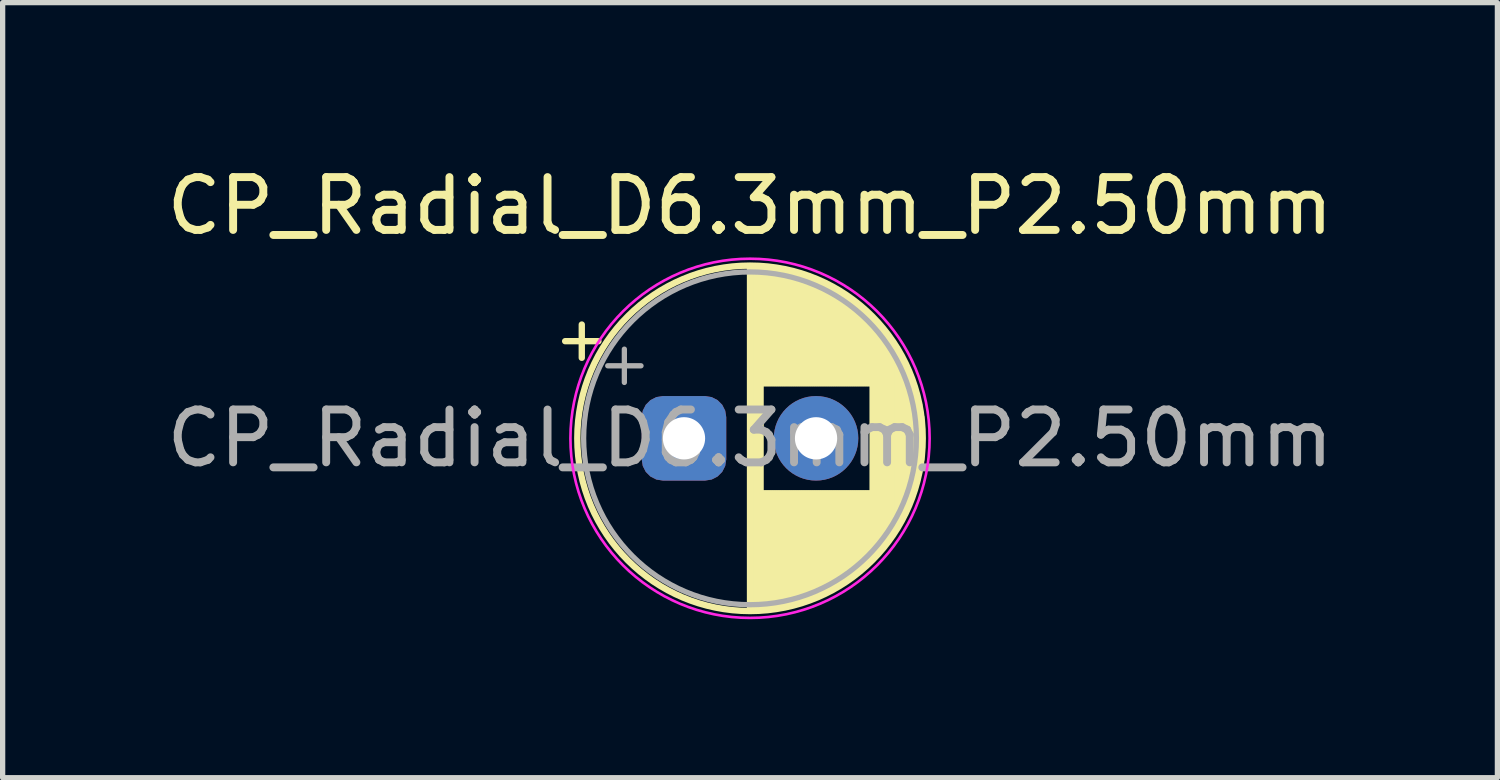
<source format=kicad_pcb>
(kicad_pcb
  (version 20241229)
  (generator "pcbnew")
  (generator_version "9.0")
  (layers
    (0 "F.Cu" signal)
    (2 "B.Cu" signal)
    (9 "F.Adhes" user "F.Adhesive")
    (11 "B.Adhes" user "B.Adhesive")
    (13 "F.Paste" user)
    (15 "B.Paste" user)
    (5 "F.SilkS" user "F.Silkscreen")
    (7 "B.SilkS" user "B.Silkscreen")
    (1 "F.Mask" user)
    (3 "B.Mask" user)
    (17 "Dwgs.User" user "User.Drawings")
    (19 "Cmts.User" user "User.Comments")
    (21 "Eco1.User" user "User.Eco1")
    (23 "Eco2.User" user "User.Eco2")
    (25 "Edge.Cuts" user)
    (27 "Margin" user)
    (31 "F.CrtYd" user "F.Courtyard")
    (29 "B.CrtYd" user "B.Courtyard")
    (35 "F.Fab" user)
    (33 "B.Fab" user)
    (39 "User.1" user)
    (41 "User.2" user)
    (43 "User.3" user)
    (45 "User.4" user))
  (footprint "CP_Radial_D6.3mm_P2.50mm"
    (layer "F.Cu")
    (at 11.149 5.248)
    (property "Reference" "CP_Radial_D6.3mm_P2.50mm" (at 0 -4.4 180) (layer "F.SilkS") (effects (font (size 1 1) (thickness 0.15))))
    (attr through_hole)
    (fp_line (start -3.5 -1.839) (end -2.87 -1.839) (stroke (width 0.12) (type solid)) (layer "F.SilkS"))
    (fp_line (start -3.185 -2.154) (end -3.185 -1.524) (stroke (width 0.12) (type solid)) (layer "F.SilkS"))
    (fp_line (start 0 -3.23) (end 0 3.23) (stroke (width 0.12) (type solid)) (layer "F.SilkS"))
    (fp_line (start 0.04 -3.23) (end 0.04 3.23) (stroke (width 0.12) (type solid)) (layer "F.SilkS"))
    (fp_line (start 0.08 -3.23) (end 0.08 3.23) (stroke (width 0.12) (type solid)) (layer "F.SilkS"))
    (fp_line (start 0.12 -3.228) (end 0.12 3.228) (stroke (width 0.12) (type solid)) (layer "F.SilkS"))
    (fp_line (start 0.16 -3.227) (end 0.16 3.227) (stroke (width 0.12) (type solid)) (layer "F.SilkS"))
    (fp_line (start 0.2 -3.224) (end 0.2 3.224) (stroke (width 0.12) (type solid)) (layer "F.SilkS"))
    (fp_line (start 0.24 -3.222) (end 0.24 -1.04) (stroke (width 0.12) (type solid)) (layer "F.SilkS"))
    (fp_line (start 0.24 1.04) (end 0.24 3.222) (stroke (width 0.12) (type solid)) (layer "F.SilkS"))
    (fp_line (start 0.28 -3.218) (end 0.28 -1.04) (stroke (width 0.12) (type solid)) (layer "F.SilkS"))
    (fp_line (start 0.28 1.04) (end 0.28 3.218) (stroke (width 0.12) (type solid)) (layer "F.SilkS"))
    (fp_line (start 0.32 -3.215) (end 0.32 -1.04) (stroke (width 0.12) (type solid)) (layer "F.SilkS"))
    (fp_line (start 0.32 1.04) (end 0.32 3.215) (stroke (width 0.12) (type solid)) (layer "F.SilkS"))
    (fp_line (start 0.36 -3.211) (end 0.36 -1.04) (stroke (width 0.12) (type solid)) (layer "F.SilkS"))
    (fp_line (start 0.36 1.04) (end 0.36 3.211) (stroke (width 0.12) (type solid)) (layer "F.SilkS"))
    (fp_line (start 0.4 -3.206) (end 0.4 -1.04) (stroke (width 0.12) (type solid)) (layer "F.SilkS"))
    (fp_line (start 0.4 1.04) (end 0.4 3.206) (stroke (width 0.12) (type solid)) (layer "F.SilkS"))
    (fp_line (start 0.44 -3.201) (end 0.44 -1.04) (stroke (width 0.12) (type solid)) (layer "F.SilkS"))
    (fp_line (start 0.44 1.04) (end 0.44 3.201) (stroke (width 0.12) (type solid)) (layer "F.SilkS"))
    (fp_line (start 0.48 -3.195) (end 0.48 -1.04) (stroke (width 0.12) (type solid)) (layer "F.SilkS"))
    (fp_line (start 0.48 1.04) (end 0.48 3.195) (stroke (width 0.12) (type solid)) (layer "F.SilkS"))
    (fp_line (start 0.52 -3.189) (end 0.52 -1.04) (stroke (width 0.12) (type solid)) (layer "F.SilkS"))
    (fp_line (start 0.52 1.04) (end 0.52 3.189) (stroke (width 0.12) (type solid)) (layer "F.SilkS"))
    (fp_line (start 0.56 -3.182) (end 0.56 -1.04) (stroke (width 0.12) (type solid)) (layer "F.SilkS"))
    (fp_line (start 0.56 1.04) (end 0.56 3.182) (stroke (width 0.12) (type solid)) (layer "F.SilkS"))
    (fp_line (start 0.6 -3.175) (end 0.6 -1.04) (stroke (width 0.12) (type solid)) (layer "F.SilkS"))
    (fp_line (start 0.6 1.04) (end 0.6 3.175) (stroke (width 0.12) (type solid)) (layer "F.SilkS"))
    (fp_line (start 0.64 -3.167) (end 0.64 -1.04) (stroke (width 0.12) (type solid)) (layer "F.SilkS"))
    (fp_line (start 0.64 1.04) (end 0.64 3.167) (stroke (width 0.12) (type solid)) (layer "F.SilkS"))
    (fp_line (start 0.68 -3.159) (end 0.68 -1.04) (stroke (width 0.12) (type solid)) (layer "F.SilkS"))
    (fp_line (start 0.68 1.04) (end 0.68 3.159) (stroke (width 0.12) (type solid)) (layer "F.SilkS"))
    (fp_line (start 0.721 -3.15) (end 0.721 -1.04) (stroke (width 0.12) (type solid)) (layer "F.SilkS"))
    (fp_line (start 0.721 1.04) (end 0.721 3.15) (stroke (width 0.12) (type solid)) (layer "F.SilkS"))
    (fp_line (start 0.761 -3.141) (end 0.761 -1.04) (stroke (width 0.12) (type solid)) (layer "F.SilkS"))
    (fp_line (start 0.761 1.04) (end 0.761 3.141) (stroke (width 0.12) (type solid)) (layer "F.SilkS"))
    (fp_line (start 0.801 -3.131) (end 0.801 -1.04) (stroke (width 0.12) (type solid)) (layer "F.SilkS"))
    (fp_line (start 0.801 1.04) (end 0.801 3.131) (stroke (width 0.12) (type solid)) (layer "F.SilkS"))
    (fp_line (start 0.841 -3.121) (end 0.841 -1.04) (stroke (width 0.12) (type solid)) (layer "F.SilkS"))
    (fp_line (start 0.841 1.04) (end 0.841 3.121) (stroke (width 0.12) (type solid)) (layer "F.SilkS"))
    (fp_line (start 0.881 -3.11) (end 0.881 -1.04) (stroke (width 0.12) (type solid)) (layer "F.SilkS"))
    (fp_line (start 0.881 1.04) (end 0.881 3.11) (stroke (width 0.12) (type solid)) (layer "F.SilkS"))
    (fp_line (start 0.921 -3.098) (end 0.921 -1.04) (stroke (width 0.12) (type solid)) (layer "F.SilkS"))
    (fp_line (start 0.921 1.04) (end 0.921 3.098) (stroke (width 0.12) (type solid)) (layer "F.SilkS"))
    (fp_line (start 0.961 -3.086) (end 0.961 -1.04) (stroke (width 0.12) (type solid)) (layer "F.SilkS"))
    (fp_line (start 0.961 1.04) (end 0.961 3.086) (stroke (width 0.12) (type solid)) (layer "F.SilkS"))
    (fp_line (start 1.001 -3.074) (end 1.001 -1.04) (stroke (width 0.12) (type solid)) (layer "F.SilkS"))
    (fp_line (start 1.001 1.04) (end 1.001 3.074) (stroke (width 0.12) (type solid)) (layer "F.SilkS"))
    (fp_line (start 1.041 -3.061) (end 1.041 -1.04) (stroke (width 0.12) (type solid)) (layer "F.SilkS"))
    (fp_line (start 1.041 1.04) (end 1.041 3.061) (stroke (width 0.12) (type solid)) (layer "F.SilkS"))
    (fp_line (start 1.081 -3.047) (end 1.081 -1.04) (stroke (width 0.12) (type solid)) (layer "F.SilkS"))
    (fp_line (start 1.081 1.04) (end 1.081 3.047) (stroke (width 0.12) (type solid)) (layer "F.SilkS"))
    (fp_line (start 1.121 -3.033) (end 1.121 -1.04) (stroke (width 0.12) (type solid)) (layer "F.SilkS"))
    (fp_line (start 1.121 1.04) (end 1.121 3.033) (stroke (width 0.12) (type solid)) (layer "F.SilkS"))
    (fp_line (start 1.161 -3.018) (end 1.161 -1.04) (stroke (width 0.12) (type solid)) (layer "F.SilkS"))
    (fp_line (start 1.161 1.04) (end 1.161 3.018) (stroke (width 0.12) (type solid)) (layer "F.SilkS"))
    (fp_line (start 1.201 -3.002) (end 1.201 -1.04) (stroke (width 0.12) (type solid)) (layer "F.SilkS"))
    (fp_line (start 1.201 1.04) (end 1.201 3.002) (stroke (width 0.12) (type solid)) (layer "F.SilkS"))
    (fp_line (start 1.241 -2.986) (end 1.241 -1.04) (stroke (width 0.12) (type solid)) (layer "F.SilkS"))
    (fp_line (start 1.241 1.04) (end 1.241 2.986) (stroke (width 0.12) (type solid)) (layer "F.SilkS"))
    (fp_line (start 1.281 -2.97) (end 1.281 -1.04) (stroke (width 0.12) (type solid)) (layer "F.SilkS"))
    (fp_line (start 1.281 1.04) (end 1.281 2.97) (stroke (width 0.12) (type solid)) (layer "F.SilkS"))
    (fp_line (start 1.321 -2.952) (end 1.321 -1.04) (stroke (width 0.12) (type solid)) (layer "F.SilkS"))
    (fp_line (start 1.321 1.04) (end 1.321 2.952) (stroke (width 0.12) (type solid)) (layer "F.SilkS"))
    (fp_line (start 1.361 -2.934) (end 1.361 -1.04) (stroke (width 0.12) (type solid)) (layer "F.SilkS"))
    (fp_line (start 1.361 1.04) (end 1.361 2.934) (stroke (width 0.12) (type solid)) (layer "F.SilkS"))
    (fp_line (start 1.401 -2.916) (end 1.401 -1.04) (stroke (width 0.12) (type solid)) (layer "F.SilkS"))
    (fp_line (start 1.401 1.04) (end 1.401 2.916) (stroke (width 0.12) (type solid)) (layer "F.SilkS"))
    (fp_line (start 1.441 -2.896) (end 1.441 -1.04) (stroke (width 0.12) (type solid)) (layer "F.SilkS"))
    (fp_line (start 1.441 1.04) (end 1.441 2.896) (stroke (width 0.12) (type solid)) (layer "F.SilkS"))
    (fp_line (start 1.481 -2.876) (end 1.481 -1.04) (stroke (width 0.12) (type solid)) (layer "F.SilkS"))
    (fp_line (start 1.481 1.04) (end 1.481 2.876) (stroke (width 0.12) (type solid)) (layer "F.SilkS"))
    (fp_line (start 1.521 -2.856) (end 1.521 -1.04) (stroke (width 0.12) (type solid)) (layer "F.SilkS"))
    (fp_line (start 1.521 1.04) (end 1.521 2.856) (stroke (width 0.12) (type solid)) (layer "F.SilkS"))
    (fp_line (start 1.561 -2.834) (end 1.561 -1.04) (stroke (width 0.12) (type solid)) (layer "F.SilkS"))
    (fp_line (start 1.561 1.04) (end 1.561 2.834) (stroke (width 0.12) (type solid)) (layer "F.SilkS"))
    (fp_line (start 1.601 -2.812) (end 1.601 -1.04) (stroke (width 0.12) (type solid)) (layer "F.SilkS"))
    (fp_line (start 1.601 1.04) (end 1.601 2.812) (stroke (width 0.12) (type solid)) (layer "F.SilkS"))
    (fp_line (start 1.641 -2.79) (end 1.641 -1.04) (stroke (width 0.12) (type solid)) (layer "F.SilkS"))
    (fp_line (start 1.641 1.04) (end 1.641 2.79) (stroke (width 0.12) (type solid)) (layer "F.SilkS"))
    (fp_line (start 1.681 -2.766) (end 1.681 -1.04) (stroke (width 0.12) (type solid)) (layer "F.SilkS"))
    (fp_line (start 1.681 1.04) (end 1.681 2.766) (stroke (width 0.12) (type solid)) (layer "F.SilkS"))
    (fp_line (start 1.721 -2.742) (end 1.721 -1.04) (stroke (width 0.12) (type solid)) (layer "F.SilkS"))
    (fp_line (start 1.721 1.04) (end 1.721 2.742) (stroke (width 0.12) (type solid)) (layer "F.SilkS"))
    (fp_line (start 1.761 -2.716) (end 1.761 -1.04) (stroke (width 0.12) (type solid)) (layer "F.SilkS"))
    (fp_line (start 1.761 1.04) (end 1.761 2.716) (stroke (width 0.12) (type solid)) (layer "F.SilkS"))
    (fp_line (start 1.801 -2.69) (end 1.801 -1.04) (stroke (width 0.12) (type solid)) (layer "F.SilkS"))
    (fp_line (start 1.801 1.04) (end 1.801 2.69) (stroke (width 0.12) (type solid)) (layer "F.SilkS"))
    (fp_line (start 1.841 -2.664) (end 1.841 -1.04) (stroke (width 0.12) (type solid)) (layer "F.SilkS"))
    (fp_line (start 1.841 1.04) (end 1.841 2.664) (stroke (width 0.12) (type solid)) (layer "F.SilkS"))
    (fp_line (start 1.881 -2.636) (end 1.881 -1.04) (stroke (width 0.12) (type solid)) (layer "F.SilkS"))
    (fp_line (start 1.881 1.04) (end 1.881 2.636) (stroke (width 0.12) (type solid)) (layer "F.SilkS"))
    (fp_line (start 1.921 -2.607) (end 1.921 -1.04) (stroke (width 0.12) (type solid)) (layer "F.SilkS"))
    (fp_line (start 1.921 1.04) (end 1.921 2.607) (stroke (width 0.12) (type solid)) (layer "F.SilkS"))
    (fp_line (start 1.961 -2.578) (end 1.961 -1.04) (stroke (width 0.12) (type solid)) (layer "F.SilkS"))
    (fp_line (start 1.961 1.04) (end 1.961 2.578) (stroke (width 0.12) (type solid)) (layer "F.SilkS"))
    (fp_line (start 2.001 -2.548) (end 2.001 -1.04) (stroke (width 0.12) (type solid)) (layer "F.SilkS"))
    (fp_line (start 2.001 1.04) (end 2.001 2.548) (stroke (width 0.12) (type solid)) (layer "F.SilkS"))
    (fp_line (start 2.041 -2.516) (end 2.041 -1.04) (stroke (width 0.12) (type solid)) (layer "F.SilkS"))
    (fp_line (start 2.041 1.04) (end 2.041 2.516) (stroke (width 0.12) (type solid)) (layer "F.SilkS"))
    (fp_line (start 2.081 -2.484) (end 2.081 -1.04) (stroke (width 0.12) (type solid)) (layer "F.SilkS"))
    (fp_line (start 2.081 1.04) (end 2.081 2.484) (stroke (width 0.12) (type solid)) (layer "F.SilkS"))
    (fp_line (start 2.121 -2.45) (end 2.121 -1.04) (stroke (width 0.12) (type solid)) (layer "F.SilkS"))
    (fp_line (start 2.121 1.04) (end 2.121 2.45) (stroke (width 0.12) (type solid)) (layer "F.SilkS"))
    (fp_line (start 2.161 -2.416) (end 2.161 -1.04) (stroke (width 0.12) (type solid)) (layer "F.SilkS"))
    (fp_line (start 2.161 1.04) (end 2.161 2.416) (stroke (width 0.12) (type solid)) (layer "F.SilkS"))
    (fp_line (start 2.201 -2.38) (end 2.201 -1.04) (stroke (width 0.12) (type solid)) (layer "F.SilkS"))
    (fp_line (start 2.201 1.04) (end 2.201 2.38) (stroke (width 0.12) (type solid)) (layer "F.SilkS"))
    (fp_line (start 2.241 -2.343) (end 2.241 -1.04) (stroke (width 0.12) (type solid)) (layer "F.SilkS"))
    (fp_line (start 2.241 1.04) (end 2.241 2.343) (stroke (width 0.12) (type solid)) (layer "F.SilkS"))
    (fp_line (start 2.281 -2.305) (end 2.281 -1.04) (stroke (width 0.12) (type solid)) (layer "F.SilkS"))
    (fp_line (start 2.281 1.04) (end 2.281 2.305) (stroke (width 0.12) (type solid)) (layer "F.SilkS"))
    (fp_line (start 2.321 -2.265) (end 2.321 2.265) (stroke (width 0.12) (type solid)) (layer "F.SilkS"))
    (fp_line (start 2.361 -2.224) (end 2.361 2.224) (stroke (width 0.12) (type solid)) (layer "F.SilkS"))
    (fp_line (start 2.401 -2.182) (end 2.401 2.182) (stroke (width 0.12) (type solid)) (layer "F.SilkS"))
    (fp_line (start 2.441 -2.137) (end 2.441 2.137) (stroke (width 0.12) (type solid)) (layer "F.SilkS"))
    (fp_line (start 2.481 -2.092) (end 2.481 2.092) (stroke (width 0.12) (type solid)) (layer "F.SilkS"))
    (fp_line (start 2.521 -2.044) (end 2.521 2.044) (stroke (width 0.12) (type solid)) (layer "F.SilkS"))
    (fp_line (start 2.561 -1.995) (end 2.561 1.995) (stroke (width 0.12) (type solid)) (layer "F.SilkS"))
    (fp_line (start 2.601 -1.944) (end 2.601 1.944) (stroke (width 0.12) (type solid)) (layer "F.SilkS"))
    (fp_line (start 2.641 -1.89) (end 2.641 1.89) (stroke (width 0.12) (type solid)) (layer "F.SilkS"))
    (fp_line (start 2.681 -1.834) (end 2.681 1.834) (stroke (width 0.12) (type solid)) (layer "F.SilkS"))
    (fp_line (start 2.721 -1.776) (end 2.721 1.776) (stroke (width 0.12) (type solid)) (layer "F.SilkS"))
    (fp_line (start 2.761 -1.714) (end 2.761 1.714) (stroke (width 0.12) (type solid)) (layer "F.SilkS"))
    (fp_line (start 2.801 -1.65) (end 2.801 1.65) (stroke (width 0.12) (type solid)) (layer "F.SilkS"))
    (fp_line (start 2.841 -1.581) (end 2.841 1.581) (stroke (width 0.12) (type solid)) (layer "F.SilkS"))
    (fp_line (start 2.881 -1.509) (end 2.881 1.509) (stroke (width 0.12) (type solid)) (layer "F.SilkS"))
    (fp_line (start 2.921 -1.432) (end 2.921 1.432) (stroke (width 0.12) (type solid)) (layer "F.SilkS"))
    (fp_line (start 2.961 -1.35) (end 2.961 1.35) (stroke (width 0.12) (type solid)) (layer "F.SilkS"))
    (fp_line (start 3.001 -1.262) (end 3.001 1.262) (stroke (width 0.12) (type solid)) (layer "F.SilkS"))
    (fp_line (start 3.041 -1.165) (end 3.041 1.165) (stroke (width 0.12) (type solid)) (layer "F.SilkS"))
    (fp_line (start 3.081 -1.059) (end 3.081 1.059) (stroke (width 0.12) (type solid)) (layer "F.SilkS"))
    (fp_line (start 3.121 -0.94) (end 3.121 0.94) (stroke (width 0.12) (type solid)) (layer "F.SilkS"))
    (fp_line (start 3.161 -0.802) (end 3.161 0.802) (stroke (width 0.12) (type solid)) (layer "F.SilkS"))
    (fp_line (start 3.201 -0.633) (end 3.201 0.633) (stroke (width 0.12) (type solid)) (layer "F.SilkS"))
    (fp_line (start 3.241 -0.402) (end 3.241 0.402) (stroke (width 0.12) (type solid)) (layer "F.SilkS"))
    (fp_circle (center 0 0) (end 3.27 0) (stroke (width 0.12) (type solid)) (fill no) (layer "F.SilkS"))
    (fp_circle (center 0 0) (end 3.4 0) (stroke (width 0.05) (type solid)) (fill no) (layer "F.CrtYd"))
    (fp_line (start -2.694 -1.373) (end -2.064 -1.373) (stroke (width 0.1) (type solid)) (layer "F.Fab"))
    (fp_line (start -2.379 -1.688) (end -2.379 -1.058) (stroke (width 0.1) (type solid)) (layer "F.Fab"))
    (fp_circle (center 0 0) (end 3.15 0) (stroke (width 0.1) (type solid)) (fill no) (layer "F.Fab"))
    (fp_text user "${REFERENCE}" (at 0 0 180) (layer "F.Fab") (effects (font (size 1 1) (thickness 0.15))))
    (pad "1" thru_hole roundrect (at -1.25 0) (size 1.6 1.6) (drill 0.8) (layers "*.Cu" "*.Mask") (roundrect_rratio 0.25))
    (pad "2" thru_hole circle (at 1.25 0) (size 1.6 1.6) (drill 0.8) (layers "*.Cu" "*.Mask")))
  (gr_rect
    (start -3 -3)
    (end 25.298 11.673)
    (stroke (width 0.1) (type default))
    (fill no)
    (layer "Edge.Cuts")))
</source>
